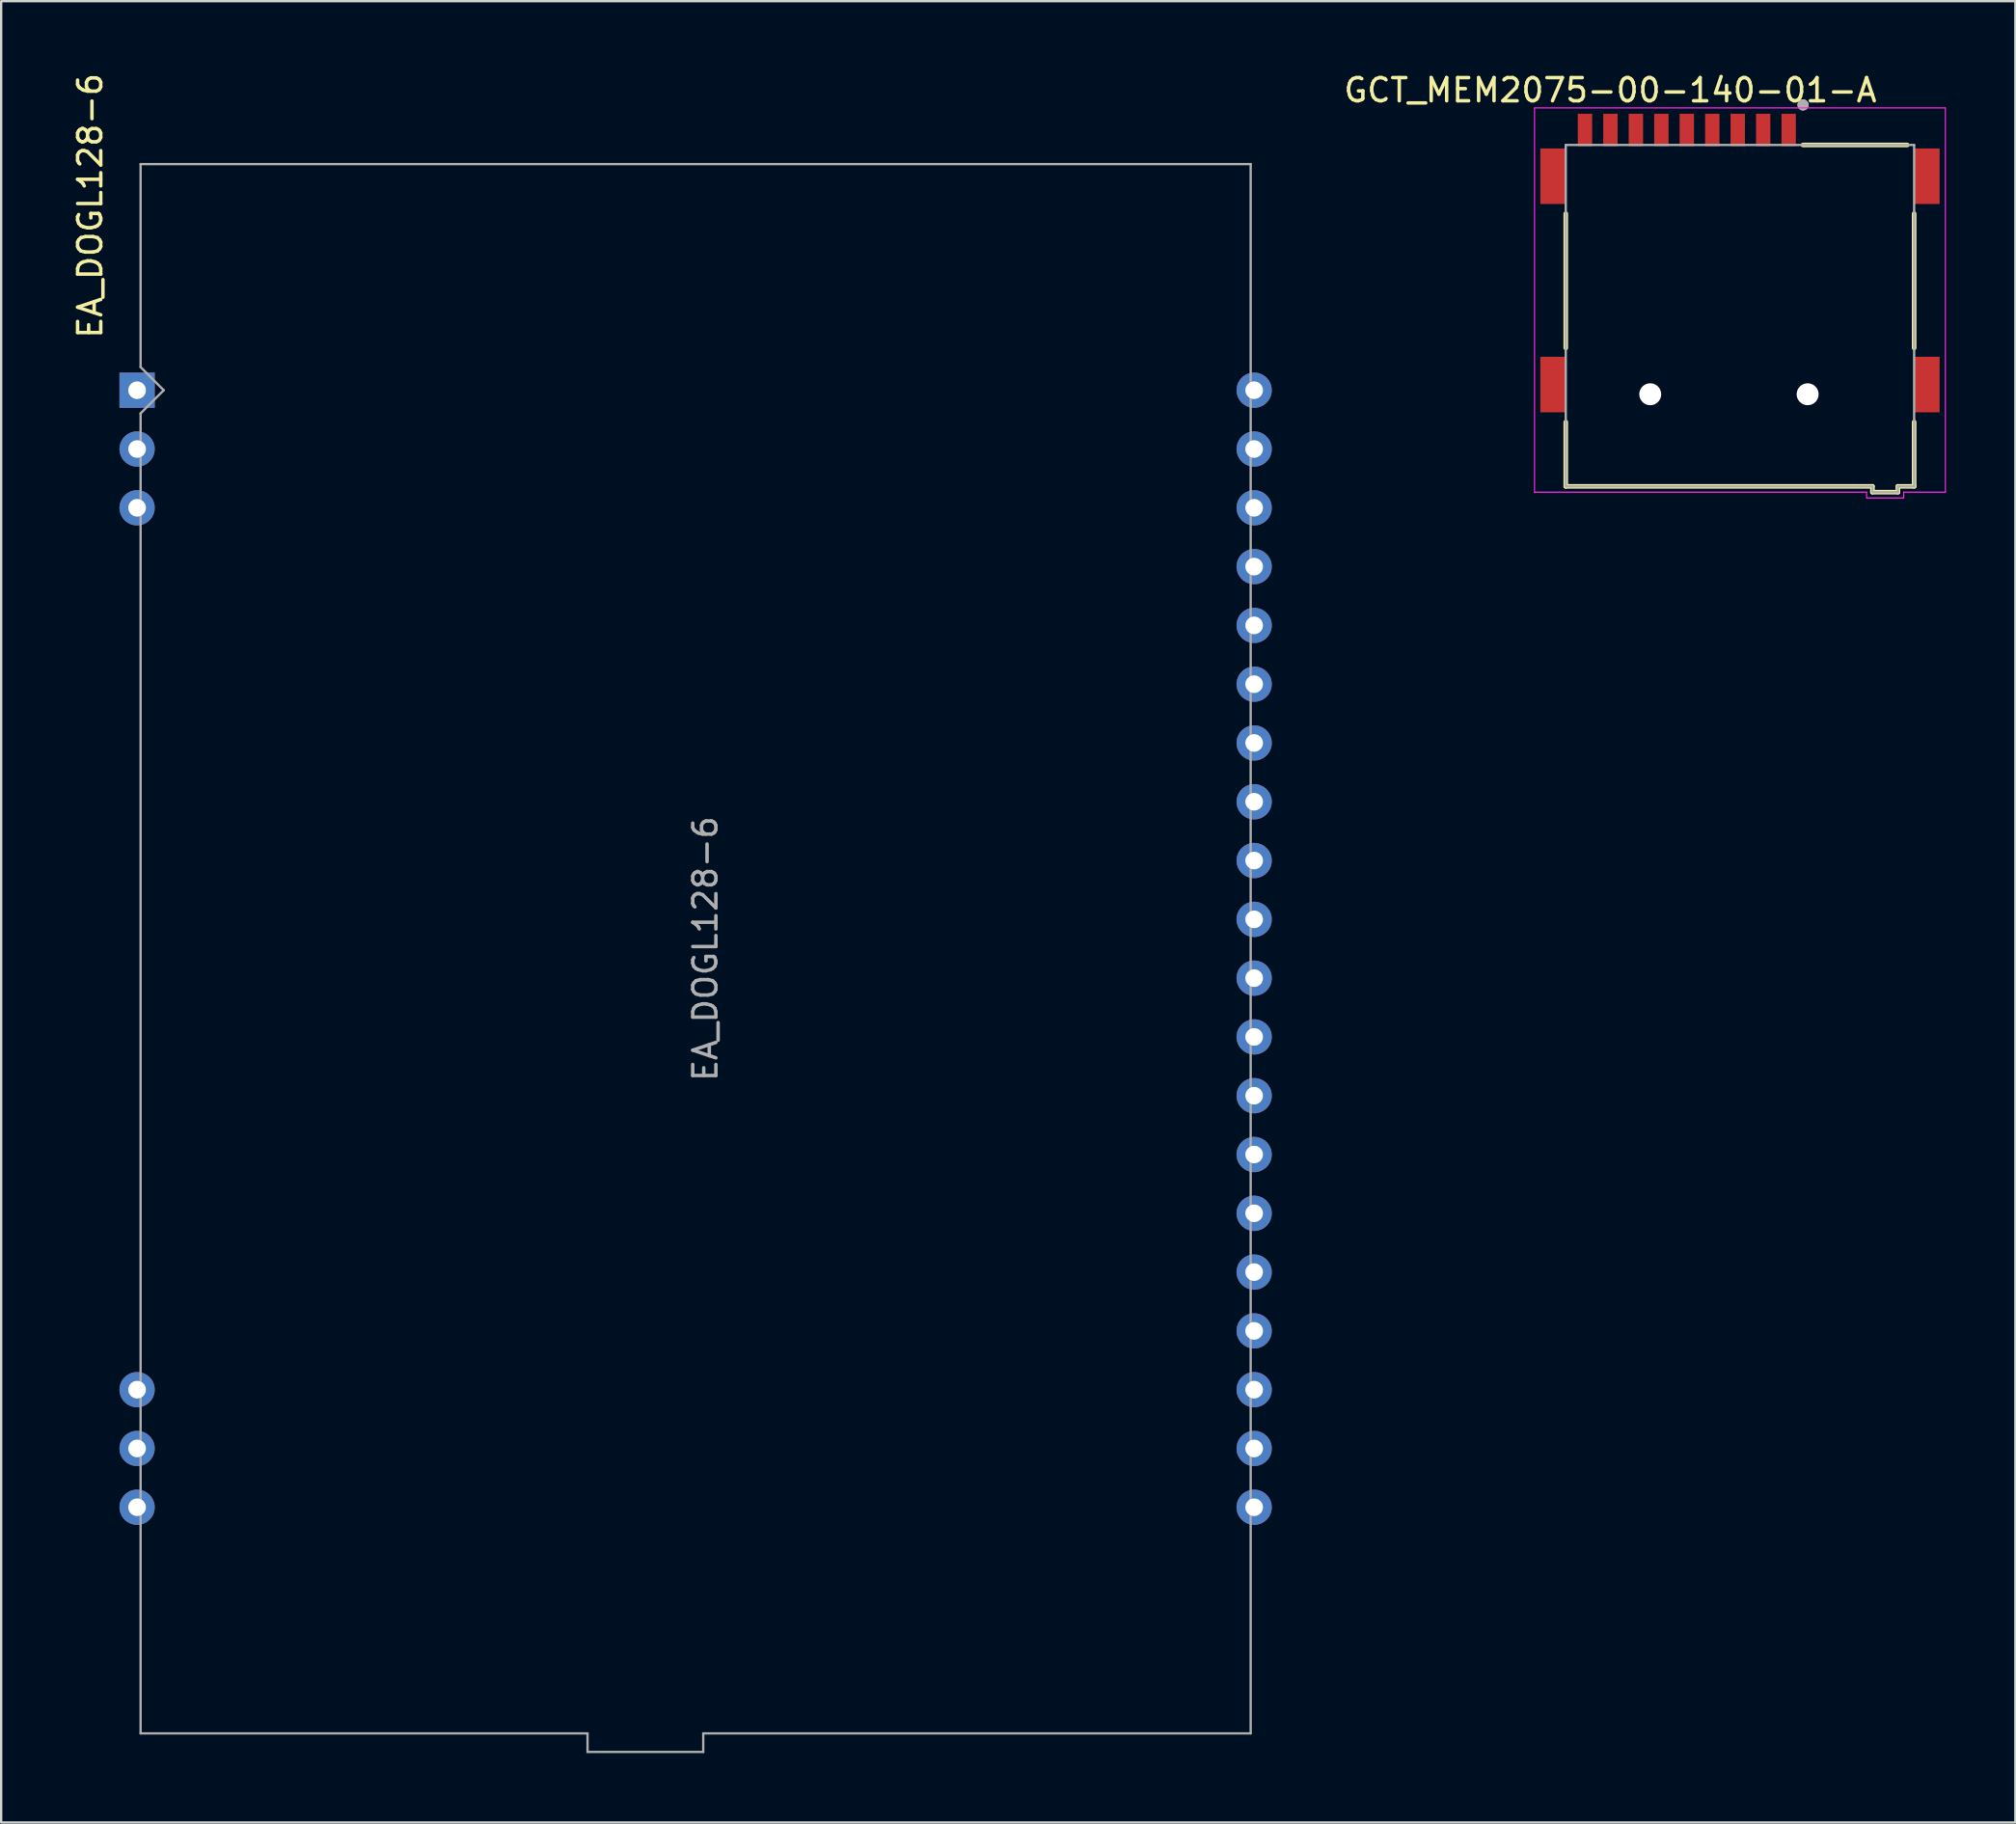
<source format=kicad_pcb>
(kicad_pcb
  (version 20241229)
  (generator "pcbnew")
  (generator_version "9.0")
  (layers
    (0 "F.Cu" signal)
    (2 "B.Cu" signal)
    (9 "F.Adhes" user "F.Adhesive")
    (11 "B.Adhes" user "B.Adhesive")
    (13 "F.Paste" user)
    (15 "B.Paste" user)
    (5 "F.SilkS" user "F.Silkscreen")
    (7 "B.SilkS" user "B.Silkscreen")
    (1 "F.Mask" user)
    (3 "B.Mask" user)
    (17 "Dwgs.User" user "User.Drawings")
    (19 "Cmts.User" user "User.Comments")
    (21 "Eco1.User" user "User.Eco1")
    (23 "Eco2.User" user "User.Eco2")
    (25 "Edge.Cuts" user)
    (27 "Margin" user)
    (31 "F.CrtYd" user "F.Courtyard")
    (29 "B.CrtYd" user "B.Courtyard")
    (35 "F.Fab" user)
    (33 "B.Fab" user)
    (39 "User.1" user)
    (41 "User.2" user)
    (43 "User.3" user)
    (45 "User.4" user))
  (footprint "EA_DOGL128-6"
    (layer "F.Cu")
    (at 2.873 13.809)
    (property "Reference" "EA_DOGL128-6" (at -2.025 -7.97 270) (layer "F.SilkS") (effects (font (size 1 1) (thickness 0.15))))
    (attr through_hole)
    (fp_line (start 0.15 -9.77) (end 0.15 -1) (stroke (width 0.1) (type solid)) (layer "F.Fab"))
    (fp_line (start 0.15 -1) (end 1.15 0) (stroke (width 0.1) (type solid)) (layer "F.Fab"))
    (fp_line (start 0.15 58.03) (end 0.15 1) (stroke (width 0.1) (type solid)) (layer "F.Fab"))
    (fp_line (start 1.15 0) (end 0.15 1) (stroke (width 0.1) (type solid)) (layer "F.Fab"))
    (fp_line (start 19.46 58.03) (end 0.15 58.03) (stroke (width 0.1) (type solid)) (layer "F.Fab"))
    (fp_line (start 19.46 58.03) (end 19.46 58.83) (stroke (width 0.1) (type solid)) (layer "F.Fab"))
    (fp_line (start 19.46 58.83) (end 24.46 58.83) (stroke (width 0.1) (type solid)) (layer "F.Fab"))
    (fp_line (start 24.46 58.83) (end 24.46 58.03) (stroke (width 0.1) (type solid)) (layer "F.Fab"))
    (fp_line (start 48.11 -9.77) (end 0.15 -9.77) (stroke (width 0.1) (type solid)) (layer "F.Fab"))
    (fp_line (start 48.11 58.03) (end 24.46 58.03) (stroke (width 0.1) (type solid)) (layer "F.Fab"))
    (fp_line (start 48.11 58.03) (end 48.11 -9.77) (stroke (width 0.1) (type solid)) (layer "F.Fab"))
    (fp_text user "${REFERENCE}" (at 24.55 24.13 270) (layer "F.Fab") (effects (font (size 1 1) (thickness 0.15))))
    (pad "1" thru_hole rect (at 0 0 270) (size 1.524 1.524) (drill 0.762) (layers "*.Cu" "*.Mask"))
    (pad "2" thru_hole circle (at 0 2.54 270) (size 1.524 1.524) (drill 0.762) (layers "*.Cu" "*.Mask"))
    (pad "3" thru_hole circle (at 0 5.08 270) (size 1.524 1.524) (drill 0.762) (layers "*.Cu" "*.Mask"))
    (pad "18" thru_hole circle (at 0 43.18 270) (size 1.524 1.524) (drill 0.762) (layers "*.Cu" "*.Mask"))
    (pad "19" thru_hole circle (at 0 45.72 270) (size 1.524 1.524) (drill 0.762) (layers "*.Cu" "*.Mask"))
    (pad "20" thru_hole circle (at 0 48.26 270) (size 1.524 1.524) (drill 0.762) (layers "*.Cu" "*.Mask"))
    (pad "21" thru_hole circle (at 48.26 48.26 270) (size 1.524 1.524) (drill 0.762) (layers "*.Cu" "*.Mask"))
    (pad "22" thru_hole circle (at 48.26 45.72 270) (size 1.524 1.524) (drill 0.762) (layers "*.Cu" "*.Mask"))
    (pad "23" thru_hole circle (at 48.26 43.18 270) (size 1.524 1.524) (drill 0.762) (layers "*.Cu" "*.Mask"))
    (pad "24" thru_hole circle (at 48.26 40.64 270) (size 1.524 1.524) (drill 0.762) (layers "*.Cu" "*.Mask"))
    (pad "25" thru_hole circle (at 48.26 38.1 270) (size 1.524 1.524) (drill 0.762) (layers "*.Cu" "*.Mask"))
    (pad "26" thru_hole circle (at 48.26 35.56 270) (size 1.524 1.524) (drill 0.762) (layers "*.Cu" "*.Mask"))
    (pad "27" thru_hole circle (at 48.26 33.02 270) (size 1.524 1.524) (drill 0.762) (layers "*.Cu" "*.Mask"))
    (pad "28" thru_hole circle (at 48.26 30.48 270) (size 1.524 1.524) (drill 0.762) (layers "*.Cu" "*.Mask"))
    (pad "29" thru_hole circle (at 48.26 27.94 270) (size 1.524 1.524) (drill 0.762) (layers "*.Cu" "*.Mask"))
    (pad "30" thru_hole circle (at 48.26 25.4 270) (size 1.524 1.524) (drill 0.762) (layers "*.Cu" "*.Mask"))
    (pad "31" thru_hole circle (at 48.26 22.86 270) (size 1.524 1.524) (drill 0.762) (layers "*.Cu" "*.Mask"))
    (pad "32" thru_hole circle (at 48.26 20.32 270) (size 1.524 1.524) (drill 0.762) (layers "*.Cu" "*.Mask"))
    (pad "33" thru_hole circle (at 48.26 17.78 270) (size 1.524 1.524) (drill 0.762) (layers "*.Cu" "*.Mask"))
    (pad "34" thru_hole circle (at 48.26 15.24 270) (size 1.524 1.524) (drill 0.762) (layers "*.Cu" "*.Mask"))
    (pad "35" thru_hole circle (at 48.26 12.7 270) (size 1.524 1.524) (drill 0.762) (layers "*.Cu" "*.Mask"))
    (pad "36" thru_hole circle (at 48.26 10.16 270) (size 1.524 1.524) (drill 0.762) (layers "*.Cu" "*.Mask"))
    (pad "37" thru_hole circle (at 48.26 7.62 270) (size 1.524 1.524) (drill 0.762) (layers "*.Cu" "*.Mask"))
    (pad "38" thru_hole circle (at 48.26 5.08 270) (size 1.524 1.524) (drill 0.762) (layers "*.Cu" "*.Mask"))
    (pad "39" thru_hole circle (at 48.26 2.54 270) (size 1.524 1.524) (drill 0.762) (layers "*.Cu" "*.Mask"))
    (pad "40" thru_hole circle (at 48.26 0 270) (size 1.524 1.524) (drill 0.762) (layers "*.Cu" "*.Mask")))
  (footprint "GCT_MEM2075-00-140-01-A"
    (layer "F.Cu")
    (at 71.645 13.983)
    (property "Reference" "GCT_MEM2075-00-140-01-A" (at -5.125 -13.135 0) (layer "F.SilkS") (effects (font (size 1 1) (thickness 0.15))))
    (attr smd)
    (fp_line (start -7.05 -2) (end -7.05 -7.8) (stroke (width 0.2) (type solid)) (layer "F.SilkS"))
    (fp_line (start -7.05 3.98) (end -7.05 1.2) (stroke (width 0.2) (type solid)) (layer "F.SilkS"))
    (fp_line (start -7.05 3.98) (end 6.2 3.98) (stroke (width 0.2) (type solid)) (layer "F.SilkS"))
    (fp_line (start 3.2 -10.77) (end 7.7 -10.77) (stroke (width 0.2) (type solid)) (layer "F.SilkS"))
    (fp_line (start 6.2 3.98) (end 6.2 4.23) (stroke (width 0.2) (type solid)) (layer "F.SilkS"))
    (fp_line (start 6.2 4.23) (end 7.3 4.23) (stroke (width 0.2) (type solid)) (layer "F.SilkS"))
    (fp_line (start 7.3 3.98) (end 8 3.98) (stroke (width 0.2) (type solid)) (layer "F.SilkS"))
    (fp_line (start 7.3 4.23) (end 7.3 3.98) (stroke (width 0.2) (type solid)) (layer "F.SilkS"))
    (fp_line (start 8 -2) (end 8 -7.8) (stroke (width 0.2) (type solid)) (layer "F.SilkS"))
    (fp_line (start 8 3.98) (end 8 1.2) (stroke (width 0.2) (type solid)) (layer "F.SilkS"))
    (fp_circle (center 3.2 -12.5) (end 3.32 -12.5) (stroke (width 0.24) (type solid)) (fill no) (layer "F.SilkS"))
    (fp_line (start -8.4 -12.37) (end 9.35 -12.37) (stroke (width 0.05) (type solid)) (layer "F.CrtYd"))
    (fp_line (start -8.4 4.23) (end -8.4 -12.37) (stroke (width 0.05) (type solid)) (layer "F.CrtYd"))
    (fp_line (start -8.4 4.23) (end 5.95 4.23) (stroke (width 0.05) (type solid)) (layer "F.CrtYd"))
    (fp_line (start 5.95 4.23) (end 5.95 4.48) (stroke (width 0.05) (type solid)) (layer "F.CrtYd"))
    (fp_line (start 5.95 4.48) (end 7.55 4.48) (stroke (width 0.05) (type solid)) (layer "F.CrtYd"))
    (fp_line (start 7.55 4.23) (end 9.35 4.23) (stroke (width 0.05) (type solid)) (layer "F.CrtYd"))
    (fp_line (start 7.55 4.48) (end 7.55 4.23) (stroke (width 0.05) (type solid)) (layer "F.CrtYd"))
    (fp_line (start 9.35 -12.37) (end 9.35 4.23) (stroke (width 0.05) (type solid)) (layer "F.CrtYd"))
    (fp_line (start -7.05 -10.77) (end 8 -10.77) (stroke (width 0.1) (type solid)) (layer "F.Fab"))
    (fp_line (start -7.05 3.98) (end -7.05 -10.77) (stroke (width 0.1) (type solid)) (layer "F.Fab"))
    (fp_line (start -7.05 3.98) (end 6.2 3.98) (stroke (width 0.1) (type solid)) (layer "F.Fab"))
    (fp_line (start 6.2 3.98) (end 6.2 4.23) (stroke (width 0.1) (type solid)) (layer "F.Fab"))
    (fp_line (start 6.2 4.23) (end 7.3 4.23) (stroke (width 0.1) (type solid)) (layer "F.Fab"))
    (fp_line (start 7.3 3.98) (end 8 3.98) (stroke (width 0.1) (type solid)) (layer "F.Fab"))
    (fp_line (start 7.3 4.23) (end 7.3 3.98) (stroke (width 0.1) (type solid)) (layer "F.Fab"))
    (fp_line (start 8 3.98) (end 8 -10.77) (stroke (width 0.1) (type solid)) (layer "F.Fab"))
    (fp_circle (center 3.2 -12.5) (end 3.32 -12.5) (stroke (width 0.24) (type solid)) (fill no) (layer "F.Fab"))
    (pad "" np_thru_hole circle (at -3.4 0) (size 0.95 0.95) (drill 0.95) (layers "*.Cu" "*.Mask"))
    (pad "" np_thru_hole circle (at 3.4 0) (size 0.95 0.95) (drill 0.95) (layers "*.Cu" "*.Mask"))
    (pad "P1" smd rect (at 2.58 -11.42) (size 0.62 1.4) (layers "F.Cu" "F.Mask" "F.Paste"))
    (pad "P2" smd rect (at 1.48 -11.42) (size 0.62 1.4) (layers "F.Cu" "F.Mask" "F.Paste"))
    (pad "P3" smd rect (at 0.38 -11.42) (size 0.62 1.4) (layers "F.Cu" "F.Mask" "F.Paste"))
    (pad "P4" smd rect (at -0.72 -11.42) (size 0.62 1.4) (layers "F.Cu" "F.Mask" "F.Paste"))
    (pad "P5" smd rect (at -1.82 -11.42) (size 0.62 1.4) (layers "F.Cu" "F.Mask" "F.Paste"))
    (pad "P6" smd rect (at -2.92 -11.42) (size 0.62 1.4) (layers "F.Cu" "F.Mask" "F.Paste"))
    (pad "P7" smd rect (at -4.02 -11.42) (size 0.62 1.4) (layers "F.Cu" "F.Mask" "F.Paste"))
    (pad "P8" smd rect (at -5.12 -11.42) (size 0.62 1.4) (layers "F.Cu" "F.Mask" "F.Paste"))
    (pad "P9" smd rect (at -6.22 -11.42) (size 0.62 1.4) (layers "F.Cu" "F.Mask" "F.Paste"))
    (pad "SH1" smd rect (at -7.6 -0.42) (size 1.1 2.4) (layers "F.Cu" "F.Mask" "F.Paste"))
    (pad "SH2" smd rect (at -7.6 -9.42) (size 1.1 2.4) (layers "F.Cu" "F.Mask" "F.Paste"))
    (pad "SH3" smd rect (at 8.55 -9.42) (size 1.1 2.4) (layers "F.Cu" "F.Mask" "F.Paste"))
    (pad "SH4" smd rect (at 8.55 -0.42) (size 1.1 2.4) (layers "F.Cu" "F.Mask" "F.Paste"))
    (zone (net_name "") (layer "F.Cu") (hatch full 0.508) (connect_pads) (min_thickness 0.01) (filled_areas_thickness no) (keepout (tracks not_allowed) (vias not_allowed) (pads not_allowed) (copperpour not_allowed) (footprints allowed)) (placement (enabled no)) (fill) (polygon (pts (xy 64.595 6.063) (xy 74.795 6.063) (xy 74.795 10.113) (xy 64.595 10.113))))
    (zone (net_name "") (layers "F.Cu" "B.Cu") (hatch full 0.508) (connect_pads) (min_thickness 0.01) (filled_areas_thickness no) (keepout (tracks allowed) (vias not_allowed) (pads allowed) (copperpour allowed) (footprints allowed)) (placement (enabled no)) (fill) (polygon (pts (xy 64.595 6.063) (xy 74.795 6.063) (xy 74.795 10.113) (xy 64.595 10.113)))))
  (gr_rect
    (start -3 -3)
    (end 84.02 75.689)
    (stroke (width 0.1) (type default))
    (fill no)
    (layer "Edge.Cuts")))
</source>
